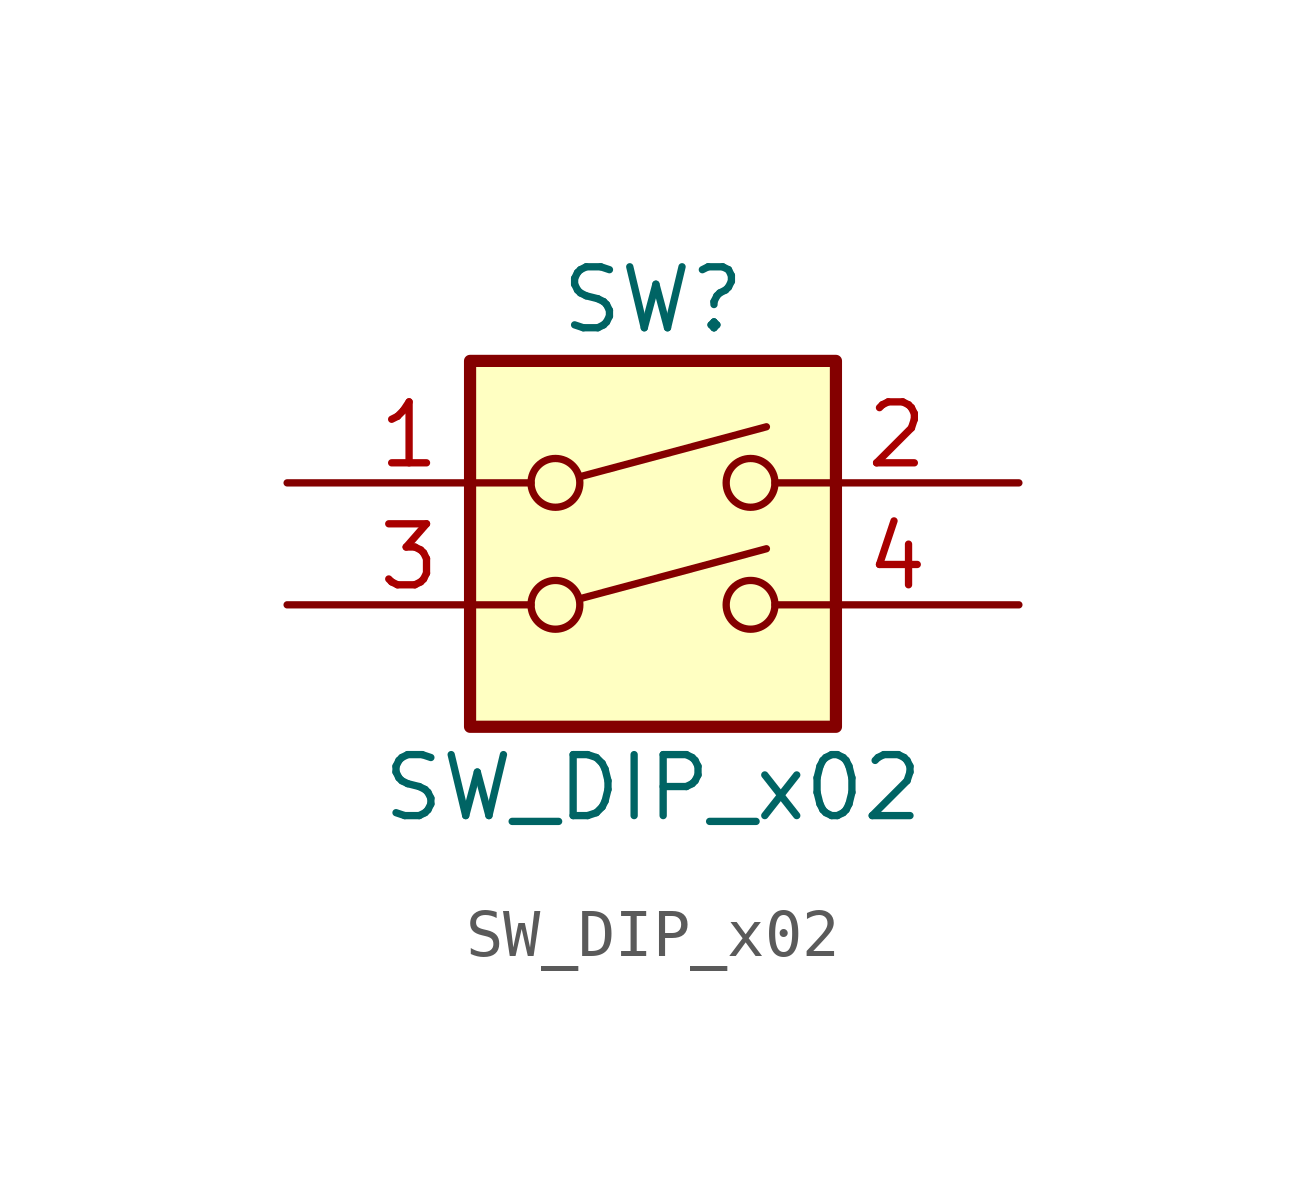
<source format=kicad_sym>
(kicad_symbol_lib
  (version 20220914)
  (generator kicad_symbol_editor)
  (symbol "SW_DIP_x02"
    (pin_names
      (offset 0) hide)
    (property "Reference" "SW"
      (at 0 6.35 0)
      (effects (font (size 1.27 1.27))))
    (property "Value" "SW_DIP_x02"
      (at 0 -3.81 0)
      (effects (font (size 1.27 1.27))))
    (symbol "SW_DIP_x02_0_0"
      (circle (center -2.032 0) (radius 0.508) (stroke (width 0) (type default)) (fill (type none)))
      (circle (center -2.032 2.54) (radius 0.508) (stroke (width 0) (type default)) (fill (type none)))
      (polyline (pts (xy -1.524 0.127) (xy 2.362 1.168)) (stroke (width 0) (type default)) (fill (type none)))
      (polyline (pts (xy -1.524 2.667) (xy 2.362 3.708)) (stroke (width 0) (type default)) (fill (type none)))
      (circle (center 2.032 0) (radius 0.508) (stroke (width 0) (type default)) (fill (type none)))
      (circle (center 2.032 2.54) (radius 0.508) (stroke (width 0) (type default)) (fill (type none))))
    (symbol "SW_DIP_x02_0_1"
      (rectangle (start -3.81 5.08) (end 3.81 -2.54) (stroke (width 0.254) (type default)) (fill (type background))))
    (symbol "SW_DIP_x02_1_1"
      (pin passive line (at -7.62 2.54 0) (length 5.08) (name "~" (effects (font (size 1.27 1.27)))) (number "1" (effects (font (size 1.27 1.27)))))
      (pin passive line (at 7.62 2.54 180) (length 5.08) (name "~" (effects (font (size 1.27 1.27)))) (number "2" (effects (font (size 1.27 1.27)))))
      (pin passive line (at -7.62 0 0) (length 5.08) (name "~" (effects (font (size 1.27 1.27)))) (number "3" (effects (font (size 1.27 1.27)))))
      (pin passive line (at 7.62 0 180) (length 5.08) (name "~" (effects (font (size 1.27 1.27)))) (number "4" (effects (font (size 1.27 1.27))))))))
</source>
